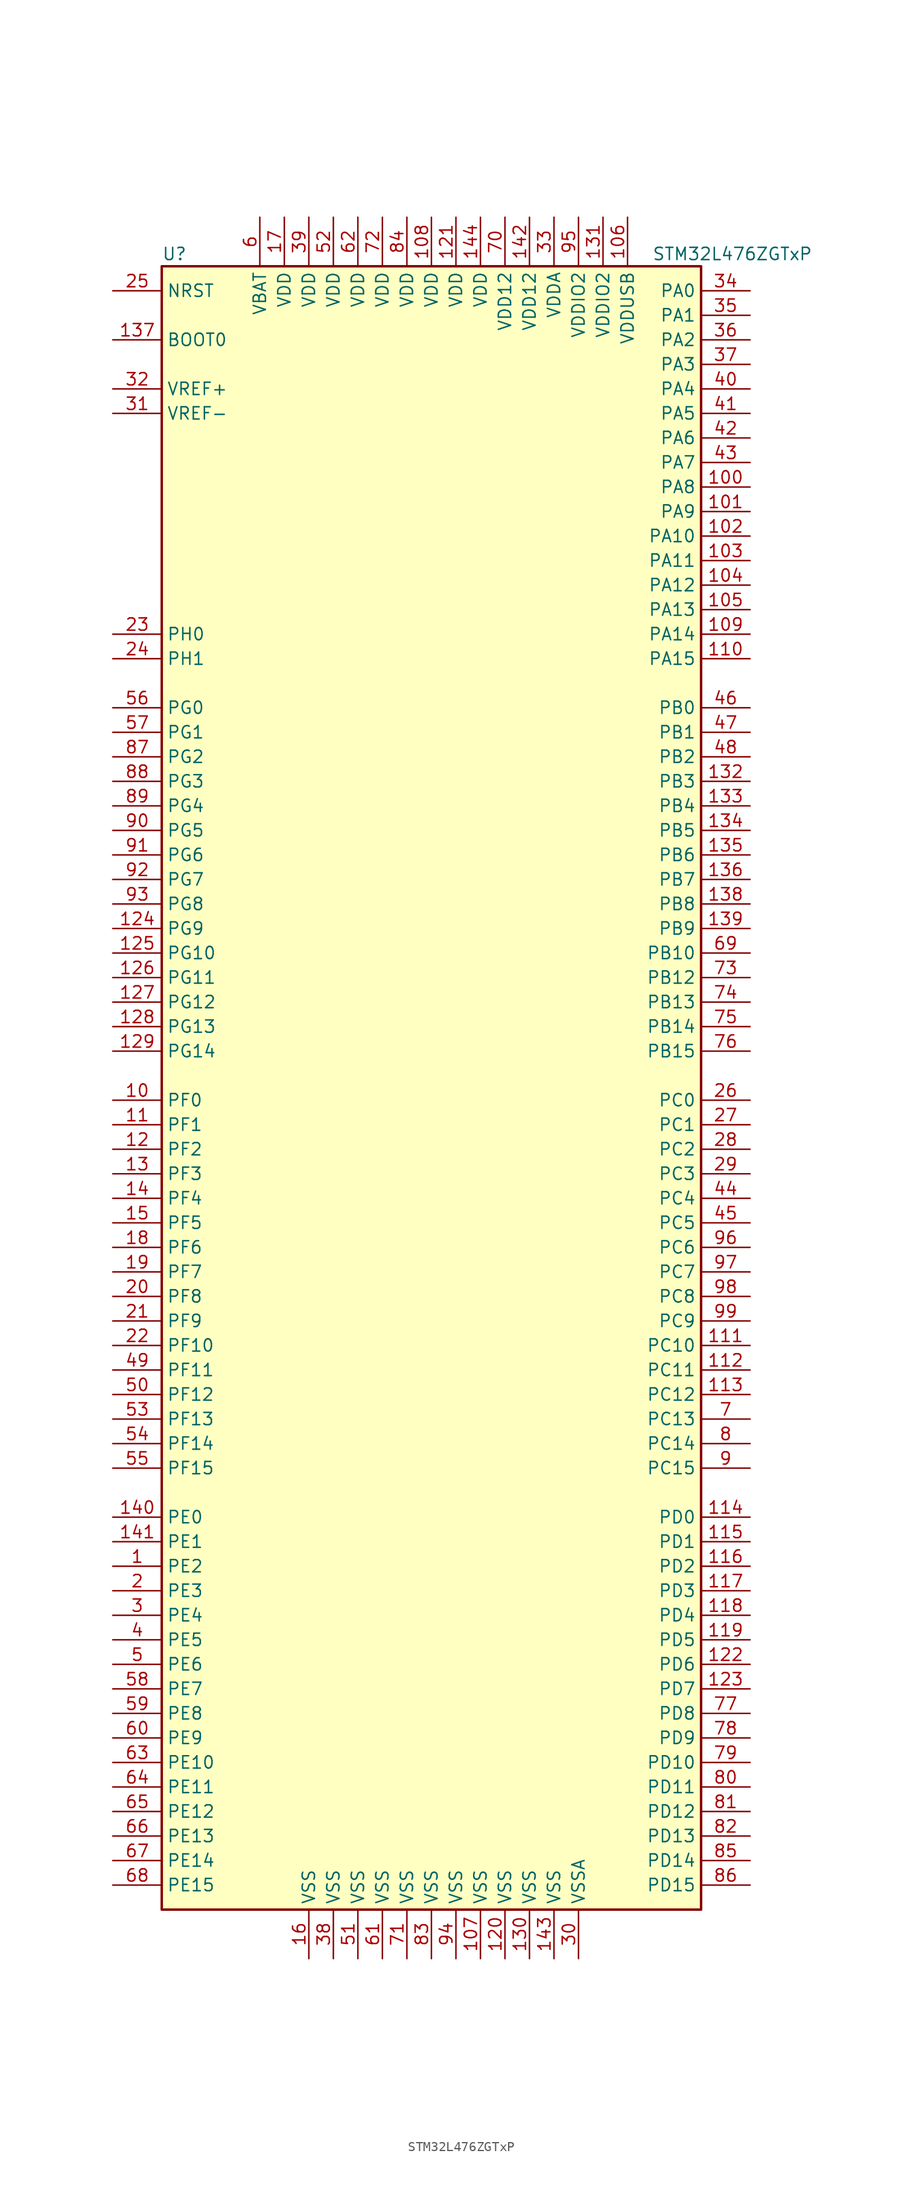
<source format=kicad_sym>
(kicad_symbol_lib
  (version 20220914)
  (generator kicad_symbol_editor)
  (symbol "STM32L476ZGTxP"
    (property "Reference" "U"
      (at -27.94 85.09 0)
      (effects (font (size 1.27 1.27)) (justify left)))
    (property "Value" "STM32L476ZGTxP"
      (at 22.86 85.09 0)
      (effects (font (size 1.27 1.27)) (justify left)))
    (symbol "STM32L476ZGTxP_0_1"
      (rectangle (start -27.94 -86.36) (end 27.94 83.82) (stroke (width 0.254) (type default)) (fill (type background))))
    (symbol "STM32L476ZGTxP_1_1"
      (pin bidirectional line (at -33.02 -50.8 0) (length 5.08) (name "PE2" (effects (font (size 1.27 1.27)))) (number "1" (effects (font (size 1.27 1.27)))))
      (pin bidirectional line (at -33.02 -2.54 0) (length 5.08) (name "PF0" (effects (font (size 1.27 1.27)))) (number "10" (effects (font (size 1.27 1.27)))))
      (pin bidirectional line (at 33.02 60.96 180) (length 5.08) (name "PA8" (effects (font (size 1.27 1.27)))) (number "100" (effects (font (size 1.27 1.27)))))
      (pin bidirectional line (at 33.02 58.42 180) (length 5.08) (name "PA9" (effects (font (size 1.27 1.27)))) (number "101" (effects (font (size 1.27 1.27)))))
      (pin bidirectional line (at 33.02 55.88 180) (length 5.08) (name "PA10" (effects (font (size 1.27 1.27)))) (number "102" (effects (font (size 1.27 1.27)))))
      (pin bidirectional line (at 33.02 53.34 180) (length 5.08) (name "PA11" (effects (font (size 1.27 1.27)))) (number "103" (effects (font (size 1.27 1.27)))))
      (pin bidirectional line (at 33.02 50.8 180) (length 5.08) (name "PA12" (effects (font (size 1.27 1.27)))) (number "104" (effects (font (size 1.27 1.27)))))
      (pin bidirectional line (at 33.02 48.26 180) (length 5.08) (name "PA13" (effects (font (size 1.27 1.27)))) (number "105" (effects (font (size 1.27 1.27)))))
      (pin power_in line (at 20.32 88.9 270) (length 5.08) (name "VDDUSB" (effects (font (size 1.27 1.27)))) (number "106" (effects (font (size 1.27 1.27)))))
      (pin power_in line (at 5.08 -91.44 90) (length 5.08) (name "VSS" (effects (font (size 1.27 1.27)))) (number "107" (effects (font (size 1.27 1.27)))))
      (pin power_in line (at 0 88.9 270) (length 5.08) (name "VDD" (effects (font (size 1.27 1.27)))) (number "108" (effects (font (size 1.27 1.27)))))
      (pin bidirectional line (at 33.02 45.72 180) (length 5.08) (name "PA14" (effects (font (size 1.27 1.27)))) (number "109" (effects (font (size 1.27 1.27)))))
      (pin bidirectional line (at -33.02 -5.08 0) (length 5.08) (name "PF1" (effects (font (size 1.27 1.27)))) (number "11" (effects (font (size 1.27 1.27)))))
      (pin bidirectional line (at 33.02 43.18 180) (length 5.08) (name "PA15" (effects (font (size 1.27 1.27)))) (number "110" (effects (font (size 1.27 1.27)))))
      (pin bidirectional line (at 33.02 -27.94 180) (length 5.08) (name "PC10" (effects (font (size 1.27 1.27)))) (number "111" (effects (font (size 1.27 1.27)))))
      (pin bidirectional line (at 33.02 -30.48 180) (length 5.08) (name "PC11" (effects (font (size 1.27 1.27)))) (number "112" (effects (font (size 1.27 1.27)))))
      (pin bidirectional line (at 33.02 -33.02 180) (length 5.08) (name "PC12" (effects (font (size 1.27 1.27)))) (number "113" (effects (font (size 1.27 1.27)))))
      (pin bidirectional line (at 33.02 -45.72 180) (length 5.08) (name "PD0" (effects (font (size 1.27 1.27)))) (number "114" (effects (font (size 1.27 1.27)))))
      (pin bidirectional line (at 33.02 -48.26 180) (length 5.08) (name "PD1" (effects (font (size 1.27 1.27)))) (number "115" (effects (font (size 1.27 1.27)))))
      (pin bidirectional line (at 33.02 -50.8 180) (length 5.08) (name "PD2" (effects (font (size 1.27 1.27)))) (number "116" (effects (font (size 1.27 1.27)))))
      (pin bidirectional line (at 33.02 -53.34 180) (length 5.08) (name "PD3" (effects (font (size 1.27 1.27)))) (number "117" (effects (font (size 1.27 1.27)))))
      (pin bidirectional line (at 33.02 -55.88 180) (length 5.08) (name "PD4" (effects (font (size 1.27 1.27)))) (number "118" (effects (font (size 1.27 1.27)))))
      (pin bidirectional line (at 33.02 -58.42 180) (length 5.08) (name "PD5" (effects (font (size 1.27 1.27)))) (number "119" (effects (font (size 1.27 1.27)))))
      (pin bidirectional line (at -33.02 -7.62 0) (length 5.08) (name "PF2" (effects (font (size 1.27 1.27)))) (number "12" (effects (font (size 1.27 1.27)))))
      (pin power_in line (at 7.62 -91.44 90) (length 5.08) (name "VSS" (effects (font (size 1.27 1.27)))) (number "120" (effects (font (size 1.27 1.27)))))
      (pin power_in line (at 2.54 88.9 270) (length 5.08) (name "VDD" (effects (font (size 1.27 1.27)))) (number "121" (effects (font (size 1.27 1.27)))))
      (pin bidirectional line (at 33.02 -60.96 180) (length 5.08) (name "PD6" (effects (font (size 1.27 1.27)))) (number "122" (effects (font (size 1.27 1.27)))))
      (pin bidirectional line (at 33.02 -63.5 180) (length 5.08) (name "PD7" (effects (font (size 1.27 1.27)))) (number "123" (effects (font (size 1.27 1.27)))))
      (pin bidirectional line (at -33.02 15.24 0) (length 5.08) (name "PG9" (effects (font (size 1.27 1.27)))) (number "124" (effects (font (size 1.27 1.27)))))
      (pin bidirectional line (at -33.02 12.7 0) (length 5.08) (name "PG10" (effects (font (size 1.27 1.27)))) (number "125" (effects (font (size 1.27 1.27)))))
      (pin bidirectional line (at -33.02 10.16 0) (length 5.08) (name "PG11" (effects (font (size 1.27 1.27)))) (number "126" (effects (font (size 1.27 1.27)))))
      (pin bidirectional line (at -33.02 7.62 0) (length 5.08) (name "PG12" (effects (font (size 1.27 1.27)))) (number "127" (effects (font (size 1.27 1.27)))))
      (pin bidirectional line (at -33.02 5.08 0) (length 5.08) (name "PG13" (effects (font (size 1.27 1.27)))) (number "128" (effects (font (size 1.27 1.27)))))
      (pin bidirectional line (at -33.02 2.54 0) (length 5.08) (name "PG14" (effects (font (size 1.27 1.27)))) (number "129" (effects (font (size 1.27 1.27)))))
      (pin bidirectional line (at -33.02 -10.16 0) (length 5.08) (name "PF3" (effects (font (size 1.27 1.27)))) (number "13" (effects (font (size 1.27 1.27)))))
      (pin power_in line (at 10.16 -91.44 90) (length 5.08) (name "VSS" (effects (font (size 1.27 1.27)))) (number "130" (effects (font (size 1.27 1.27)))))
      (pin power_in line (at 17.78 88.9 270) (length 5.08) (name "VDDIO2" (effects (font (size 1.27 1.27)))) (number "131" (effects (font (size 1.27 1.27)))))
      (pin bidirectional line (at 33.02 30.48 180) (length 5.08) (name "PB3" (effects (font (size 1.27 1.27)))) (number "132" (effects (font (size 1.27 1.27)))))
      (pin bidirectional line (at 33.02 27.94 180) (length 5.08) (name "PB4" (effects (font (size 1.27 1.27)))) (number "133" (effects (font (size 1.27 1.27)))))
      (pin bidirectional line (at 33.02 25.4 180) (length 5.08) (name "PB5" (effects (font (size 1.27 1.27)))) (number "134" (effects (font (size 1.27 1.27)))))
      (pin bidirectional line (at 33.02 22.86 180) (length 5.08) (name "PB6" (effects (font (size 1.27 1.27)))) (number "135" (effects (font (size 1.27 1.27)))))
      (pin bidirectional line (at 33.02 20.32 180) (length 5.08) (name "PB7" (effects (font (size 1.27 1.27)))) (number "136" (effects (font (size 1.27 1.27)))))
      (pin input line (at -33.02 76.2 0) (length 5.08) (name "BOOT0" (effects (font (size 1.27 1.27)))) (number "137" (effects (font (size 1.27 1.27)))))
      (pin bidirectional line (at 33.02 17.78 180) (length 5.08) (name "PB8" (effects (font (size 1.27 1.27)))) (number "138" (effects (font (size 1.27 1.27)))))
      (pin bidirectional line (at 33.02 15.24 180) (length 5.08) (name "PB9" (effects (font (size 1.27 1.27)))) (number "139" (effects (font (size 1.27 1.27)))))
      (pin bidirectional line (at -33.02 -12.7 0) (length 5.08) (name "PF4" (effects (font (size 1.27 1.27)))) (number "14" (effects (font (size 1.27 1.27)))))
      (pin bidirectional line (at -33.02 -45.72 0) (length 5.08) (name "PE0" (effects (font (size 1.27 1.27)))) (number "140" (effects (font (size 1.27 1.27)))))
      (pin bidirectional line (at -33.02 -48.26 0) (length 5.08) (name "PE1" (effects (font (size 1.27 1.27)))) (number "141" (effects (font (size 1.27 1.27)))))
      (pin power_in line (at 10.16 88.9 270) (length 5.08) (name "VDD12" (effects (font (size 1.27 1.27)))) (number "142" (effects (font (size 1.27 1.27)))))
      (pin power_in line (at 12.7 -91.44 90) (length 5.08) (name "VSS" (effects (font (size 1.27 1.27)))) (number "143" (effects (font (size 1.27 1.27)))))
      (pin power_in line (at 5.08 88.9 270) (length 5.08) (name "VDD" (effects (font (size 1.27 1.27)))) (number "144" (effects (font (size 1.27 1.27)))))
      (pin bidirectional line (at -33.02 -15.24 0) (length 5.08) (name "PF5" (effects (font (size 1.27 1.27)))) (number "15" (effects (font (size 1.27 1.27)))))
      (pin power_in line (at -12.7 -91.44 90) (length 5.08) (name "VSS" (effects (font (size 1.27 1.27)))) (number "16" (effects (font (size 1.27 1.27)))))
      (pin power_in line (at -15.24 88.9 270) (length 5.08) (name "VDD" (effects (font (size 1.27 1.27)))) (number "17" (effects (font (size 1.27 1.27)))))
      (pin bidirectional line (at -33.02 -17.78 0) (length 5.08) (name "PF6" (effects (font (size 1.27 1.27)))) (number "18" (effects (font (size 1.27 1.27)))))
      (pin bidirectional line (at -33.02 -20.32 0) (length 5.08) (name "PF7" (effects (font (size 1.27 1.27)))) (number "19" (effects (font (size 1.27 1.27)))))
      (pin bidirectional line (at -33.02 -53.34 0) (length 5.08) (name "PE3" (effects (font (size 1.27 1.27)))) (number "2" (effects (font (size 1.27 1.27)))))
      (pin bidirectional line (at -33.02 -22.86 0) (length 5.08) (name "PF8" (effects (font (size 1.27 1.27)))) (number "20" (effects (font (size 1.27 1.27)))))
      (pin bidirectional line (at -33.02 -25.4 0) (length 5.08) (name "PF9" (effects (font (size 1.27 1.27)))) (number "21" (effects (font (size 1.27 1.27)))))
      (pin bidirectional line (at -33.02 -27.94 0) (length 5.08) (name "PF10" (effects (font (size 1.27 1.27)))) (number "22" (effects (font (size 1.27 1.27)))))
      (pin input line (at -33.02 45.72 0) (length 5.08) (name "PH0" (effects (font (size 1.27 1.27)))) (number "23" (effects (font (size 1.27 1.27)))))
      (pin input line (at -33.02 43.18 0) (length 5.08) (name "PH1" (effects (font (size 1.27 1.27)))) (number "24" (effects (font (size 1.27 1.27)))))
      (pin input line (at -33.02 81.28 0) (length 5.08) (name "NRST" (effects (font (size 1.27 1.27)))) (number "25" (effects (font (size 1.27 1.27)))))
      (pin bidirectional line (at 33.02 -2.54 180) (length 5.08) (name "PC0" (effects (font (size 1.27 1.27)))) (number "26" (effects (font (size 1.27 1.27)))))
      (pin bidirectional line (at 33.02 -5.08 180) (length 5.08) (name "PC1" (effects (font (size 1.27 1.27)))) (number "27" (effects (font (size 1.27 1.27)))))
      (pin bidirectional line (at 33.02 -7.62 180) (length 5.08) (name "PC2" (effects (font (size 1.27 1.27)))) (number "28" (effects (font (size 1.27 1.27)))))
      (pin bidirectional line (at 33.02 -10.16 180) (length 5.08) (name "PC3" (effects (font (size 1.27 1.27)))) (number "29" (effects (font (size 1.27 1.27)))))
      (pin bidirectional line (at -33.02 -55.88 0) (length 5.08) (name "PE4" (effects (font (size 1.27 1.27)))) (number "3" (effects (font (size 1.27 1.27)))))
      (pin power_in line (at 15.24 -91.44 90) (length 5.08) (name "VSSA" (effects (font (size 1.27 1.27)))) (number "30" (effects (font (size 1.27 1.27)))))
      (pin power_in line (at -33.02 68.58 0) (length 5.08) (name "VREF-" (effects (font (size 1.27 1.27)))) (number "31" (effects (font (size 1.27 1.27)))))
      (pin bidirectional line (at -33.02 71.12 0) (length 5.08) (name "VREF+" (effects (font (size 1.27 1.27)))) (number "32" (effects (font (size 1.27 1.27)))))
      (pin power_in line (at 12.7 88.9 270) (length 5.08) (name "VDDA" (effects (font (size 1.27 1.27)))) (number "33" (effects (font (size 1.27 1.27)))))
      (pin bidirectional line (at 33.02 81.28 180) (length 5.08) (name "PA0" (effects (font (size 1.27 1.27)))) (number "34" (effects (font (size 1.27 1.27)))))
      (pin bidirectional line (at 33.02 78.74 180) (length 5.08) (name "PA1" (effects (font (size 1.27 1.27)))) (number "35" (effects (font (size 1.27 1.27)))))
      (pin bidirectional line (at 33.02 76.2 180) (length 5.08) (name "PA2" (effects (font (size 1.27 1.27)))) (number "36" (effects (font (size 1.27 1.27)))))
      (pin bidirectional line (at 33.02 73.66 180) (length 5.08) (name "PA3" (effects (font (size 1.27 1.27)))) (number "37" (effects (font (size 1.27 1.27)))))
      (pin power_in line (at -10.16 -91.44 90) (length 5.08) (name "VSS" (effects (font (size 1.27 1.27)))) (number "38" (effects (font (size 1.27 1.27)))))
      (pin power_in line (at -12.7 88.9 270) (length 5.08) (name "VDD" (effects (font (size 1.27 1.27)))) (number "39" (effects (font (size 1.27 1.27)))))
      (pin bidirectional line (at -33.02 -58.42 0) (length 5.08) (name "PE5" (effects (font (size 1.27 1.27)))) (number "4" (effects (font (size 1.27 1.27)))))
      (pin bidirectional line (at 33.02 71.12 180) (length 5.08) (name "PA4" (effects (font (size 1.27 1.27)))) (number "40" (effects (font (size 1.27 1.27)))))
      (pin bidirectional line (at 33.02 68.58 180) (length 5.08) (name "PA5" (effects (font (size 1.27 1.27)))) (number "41" (effects (font (size 1.27 1.27)))))
      (pin bidirectional line (at 33.02 66.04 180) (length 5.08) (name "PA6" (effects (font (size 1.27 1.27)))) (number "42" (effects (font (size 1.27 1.27)))))
      (pin bidirectional line (at 33.02 63.5 180) (length 5.08) (name "PA7" (effects (font (size 1.27 1.27)))) (number "43" (effects (font (size 1.27 1.27)))))
      (pin bidirectional line (at 33.02 -12.7 180) (length 5.08) (name "PC4" (effects (font (size 1.27 1.27)))) (number "44" (effects (font (size 1.27 1.27)))))
      (pin bidirectional line (at 33.02 -15.24 180) (length 5.08) (name "PC5" (effects (font (size 1.27 1.27)))) (number "45" (effects (font (size 1.27 1.27)))))
      (pin bidirectional line (at 33.02 38.1 180) (length 5.08) (name "PB0" (effects (font (size 1.27 1.27)))) (number "46" (effects (font (size 1.27 1.27)))))
      (pin bidirectional line (at 33.02 35.56 180) (length 5.08) (name "PB1" (effects (font (size 1.27 1.27)))) (number "47" (effects (font (size 1.27 1.27)))))
      (pin bidirectional line (at 33.02 33.02 180) (length 5.08) (name "PB2" (effects (font (size 1.27 1.27)))) (number "48" (effects (font (size 1.27 1.27)))))
      (pin bidirectional line (at -33.02 -30.48 0) (length 5.08) (name "PF11" (effects (font (size 1.27 1.27)))) (number "49" (effects (font (size 1.27 1.27)))))
      (pin bidirectional line (at -33.02 -60.96 0) (length 5.08) (name "PE6" (effects (font (size 1.27 1.27)))) (number "5" (effects (font (size 1.27 1.27)))))
      (pin bidirectional line (at -33.02 -33.02 0) (length 5.08) (name "PF12" (effects (font (size 1.27 1.27)))) (number "50" (effects (font (size 1.27 1.27)))))
      (pin power_in line (at -7.62 -91.44 90) (length 5.08) (name "VSS" (effects (font (size 1.27 1.27)))) (number "51" (effects (font (size 1.27 1.27)))))
      (pin power_in line (at -10.16 88.9 270) (length 5.08) (name "VDD" (effects (font (size 1.27 1.27)))) (number "52" (effects (font (size 1.27 1.27)))))
      (pin bidirectional line (at -33.02 -35.56 0) (length 5.08) (name "PF13" (effects (font (size 1.27 1.27)))) (number "53" (effects (font (size 1.27 1.27)))))
      (pin bidirectional line (at -33.02 -38.1 0) (length 5.08) (name "PF14" (effects (font (size 1.27 1.27)))) (number "54" (effects (font (size 1.27 1.27)))))
      (pin bidirectional line (at -33.02 -40.64 0) (length 5.08) (name "PF15" (effects (font (size 1.27 1.27)))) (number "55" (effects (font (size 1.27 1.27)))))
      (pin bidirectional line (at -33.02 38.1 0) (length 5.08) (name "PG0" (effects (font (size 1.27 1.27)))) (number "56" (effects (font (size 1.27 1.27)))))
      (pin bidirectional line (at -33.02 35.56 0) (length 5.08) (name "PG1" (effects (font (size 1.27 1.27)))) (number "57" (effects (font (size 1.27 1.27)))))
      (pin bidirectional line (at -33.02 -63.5 0) (length 5.08) (name "PE7" (effects (font (size 1.27 1.27)))) (number "58" (effects (font (size 1.27 1.27)))))
      (pin bidirectional line (at -33.02 -66.04 0) (length 5.08) (name "PE8" (effects (font (size 1.27 1.27)))) (number "59" (effects (font (size 1.27 1.27)))))
      (pin power_in line (at -17.78 88.9 270) (length 5.08) (name "VBAT" (effects (font (size 1.27 1.27)))) (number "6" (effects (font (size 1.27 1.27)))))
      (pin bidirectional line (at -33.02 -68.58 0) (length 5.08) (name "PE9" (effects (font (size 1.27 1.27)))) (number "60" (effects (font (size 1.27 1.27)))))
      (pin power_in line (at -5.08 -91.44 90) (length 5.08) (name "VSS" (effects (font (size 1.27 1.27)))) (number "61" (effects (font (size 1.27 1.27)))))
      (pin power_in line (at -7.62 88.9 270) (length 5.08) (name "VDD" (effects (font (size 1.27 1.27)))) (number "62" (effects (font (size 1.27 1.27)))))
      (pin bidirectional line (at -33.02 -71.12 0) (length 5.08) (name "PE10" (effects (font (size 1.27 1.27)))) (number "63" (effects (font (size 1.27 1.27)))))
      (pin bidirectional line (at -33.02 -73.66 0) (length 5.08) (name "PE11" (effects (font (size 1.27 1.27)))) (number "64" (effects (font (size 1.27 1.27)))))
      (pin bidirectional line (at -33.02 -76.2 0) (length 5.08) (name "PE12" (effects (font (size 1.27 1.27)))) (number "65" (effects (font (size 1.27 1.27)))))
      (pin bidirectional line (at -33.02 -78.74 0) (length 5.08) (name "PE13" (effects (font (size 1.27 1.27)))) (number "66" (effects (font (size 1.27 1.27)))))
      (pin bidirectional line (at -33.02 -81.28 0) (length 5.08) (name "PE14" (effects (font (size 1.27 1.27)))) (number "67" (effects (font (size 1.27 1.27)))))
      (pin bidirectional line (at -33.02 -83.82 0) (length 5.08) (name "PE15" (effects (font (size 1.27 1.27)))) (number "68" (effects (font (size 1.27 1.27)))))
      (pin bidirectional line (at 33.02 12.7 180) (length 5.08) (name "PB10" (effects (font (size 1.27 1.27)))) (number "69" (effects (font (size 1.27 1.27)))))
      (pin bidirectional line (at 33.02 -35.56 180) (length 5.08) (name "PC13" (effects (font (size 1.27 1.27)))) (number "7" (effects (font (size 1.27 1.27)))))
      (pin power_in line (at 7.62 88.9 270) (length 5.08) (name "VDD12" (effects (font (size 1.27 1.27)))) (number "70" (effects (font (size 1.27 1.27)))))
      (pin power_in line (at -2.54 -91.44 90) (length 5.08) (name "VSS" (effects (font (size 1.27 1.27)))) (number "71" (effects (font (size 1.27 1.27)))))
      (pin power_in line (at -5.08 88.9 270) (length 5.08) (name "VDD" (effects (font (size 1.27 1.27)))) (number "72" (effects (font (size 1.27 1.27)))))
      (pin bidirectional line (at 33.02 10.16 180) (length 5.08) (name "PB12" (effects (font (size 1.27 1.27)))) (number "73" (effects (font (size 1.27 1.27)))))
      (pin bidirectional line (at 33.02 7.62 180) (length 5.08) (name "PB13" (effects (font (size 1.27 1.27)))) (number "74" (effects (font (size 1.27 1.27)))))
      (pin bidirectional line (at 33.02 5.08 180) (length 5.08) (name "PB14" (effects (font (size 1.27 1.27)))) (number "75" (effects (font (size 1.27 1.27)))))
      (pin bidirectional line (at 33.02 2.54 180) (length 5.08) (name "PB15" (effects (font (size 1.27 1.27)))) (number "76" (effects (font (size 1.27 1.27)))))
      (pin bidirectional line (at 33.02 -66.04 180) (length 5.08) (name "PD8" (effects (font (size 1.27 1.27)))) (number "77" (effects (font (size 1.27 1.27)))))
      (pin bidirectional line (at 33.02 -68.58 180) (length 5.08) (name "PD9" (effects (font (size 1.27 1.27)))) (number "78" (effects (font (size 1.27 1.27)))))
      (pin bidirectional line (at 33.02 -71.12 180) (length 5.08) (name "PD10" (effects (font (size 1.27 1.27)))) (number "79" (effects (font (size 1.27 1.27)))))
      (pin bidirectional line (at 33.02 -38.1 180) (length 5.08) (name "PC14" (effects (font (size 1.27 1.27)))) (number "8" (effects (font (size 1.27 1.27)))))
      (pin bidirectional line (at 33.02 -73.66 180) (length 5.08) (name "PD11" (effects (font (size 1.27 1.27)))) (number "80" (effects (font (size 1.27 1.27)))))
      (pin bidirectional line (at 33.02 -76.2 180) (length 5.08) (name "PD12" (effects (font (size 1.27 1.27)))) (number "81" (effects (font (size 1.27 1.27)))))
      (pin bidirectional line (at 33.02 -78.74 180) (length 5.08) (name "PD13" (effects (font (size 1.27 1.27)))) (number "82" (effects (font (size 1.27 1.27)))))
      (pin power_in line (at 0 -91.44 90) (length 5.08) (name "VSS" (effects (font (size 1.27 1.27)))) (number "83" (effects (font (size 1.27 1.27)))))
      (pin power_in line (at -2.54 88.9 270) (length 5.08) (name "VDD" (effects (font (size 1.27 1.27)))) (number "84" (effects (font (size 1.27 1.27)))))
      (pin bidirectional line (at 33.02 -81.28 180) (length 5.08) (name "PD14" (effects (font (size 1.27 1.27)))) (number "85" (effects (font (size 1.27 1.27)))))
      (pin bidirectional line (at 33.02 -83.82 180) (length 5.08) (name "PD15" (effects (font (size 1.27 1.27)))) (number "86" (effects (font (size 1.27 1.27)))))
      (pin bidirectional line (at -33.02 33.02 0) (length 5.08) (name "PG2" (effects (font (size 1.27 1.27)))) (number "87" (effects (font (size 1.27 1.27)))))
      (pin bidirectional line (at -33.02 30.48 0) (length 5.08) (name "PG3" (effects (font (size 1.27 1.27)))) (number "88" (effects (font (size 1.27 1.27)))))
      (pin bidirectional line (at -33.02 27.94 0) (length 5.08) (name "PG4" (effects (font (size 1.27 1.27)))) (number "89" (effects (font (size 1.27 1.27)))))
      (pin bidirectional line (at 33.02 -40.64 180) (length 5.08) (name "PC15" (effects (font (size 1.27 1.27)))) (number "9" (effects (font (size 1.27 1.27)))))
      (pin bidirectional line (at -33.02 25.4 0) (length 5.08) (name "PG5" (effects (font (size 1.27 1.27)))) (number "90" (effects (font (size 1.27 1.27)))))
      (pin bidirectional line (at -33.02 22.86 0) (length 5.08) (name "PG6" (effects (font (size 1.27 1.27)))) (number "91" (effects (font (size 1.27 1.27)))))
      (pin bidirectional line (at -33.02 20.32 0) (length 5.08) (name "PG7" (effects (font (size 1.27 1.27)))) (number "92" (effects (font (size 1.27 1.27)))))
      (pin bidirectional line (at -33.02 17.78 0) (length 5.08) (name "PG8" (effects (font (size 1.27 1.27)))) (number "93" (effects (font (size 1.27 1.27)))))
      (pin power_in line (at 2.54 -91.44 90) (length 5.08) (name "VSS" (effects (font (size 1.27 1.27)))) (number "94" (effects (font (size 1.27 1.27)))))
      (pin power_in line (at 15.24 88.9 270) (length 5.08) (name "VDDIO2" (effects (font (size 1.27 1.27)))) (number "95" (effects (font (size 1.27 1.27)))))
      (pin bidirectional line (at 33.02 -17.78 180) (length 5.08) (name "PC6" (effects (font (size 1.27 1.27)))) (number "96" (effects (font (size 1.27 1.27)))))
      (pin bidirectional line (at 33.02 -20.32 180) (length 5.08) (name "PC7" (effects (font (size 1.27 1.27)))) (number "97" (effects (font (size 1.27 1.27)))))
      (pin bidirectional line (at 33.02 -22.86 180) (length 5.08) (name "PC8" (effects (font (size 1.27 1.27)))) (number "98" (effects (font (size 1.27 1.27)))))
      (pin bidirectional line (at 33.02 -25.4 180) (length 5.08) (name "PC9" (effects (font (size 1.27 1.27)))) (number "99" (effects (font (size 1.27 1.27))))))))
</source>
